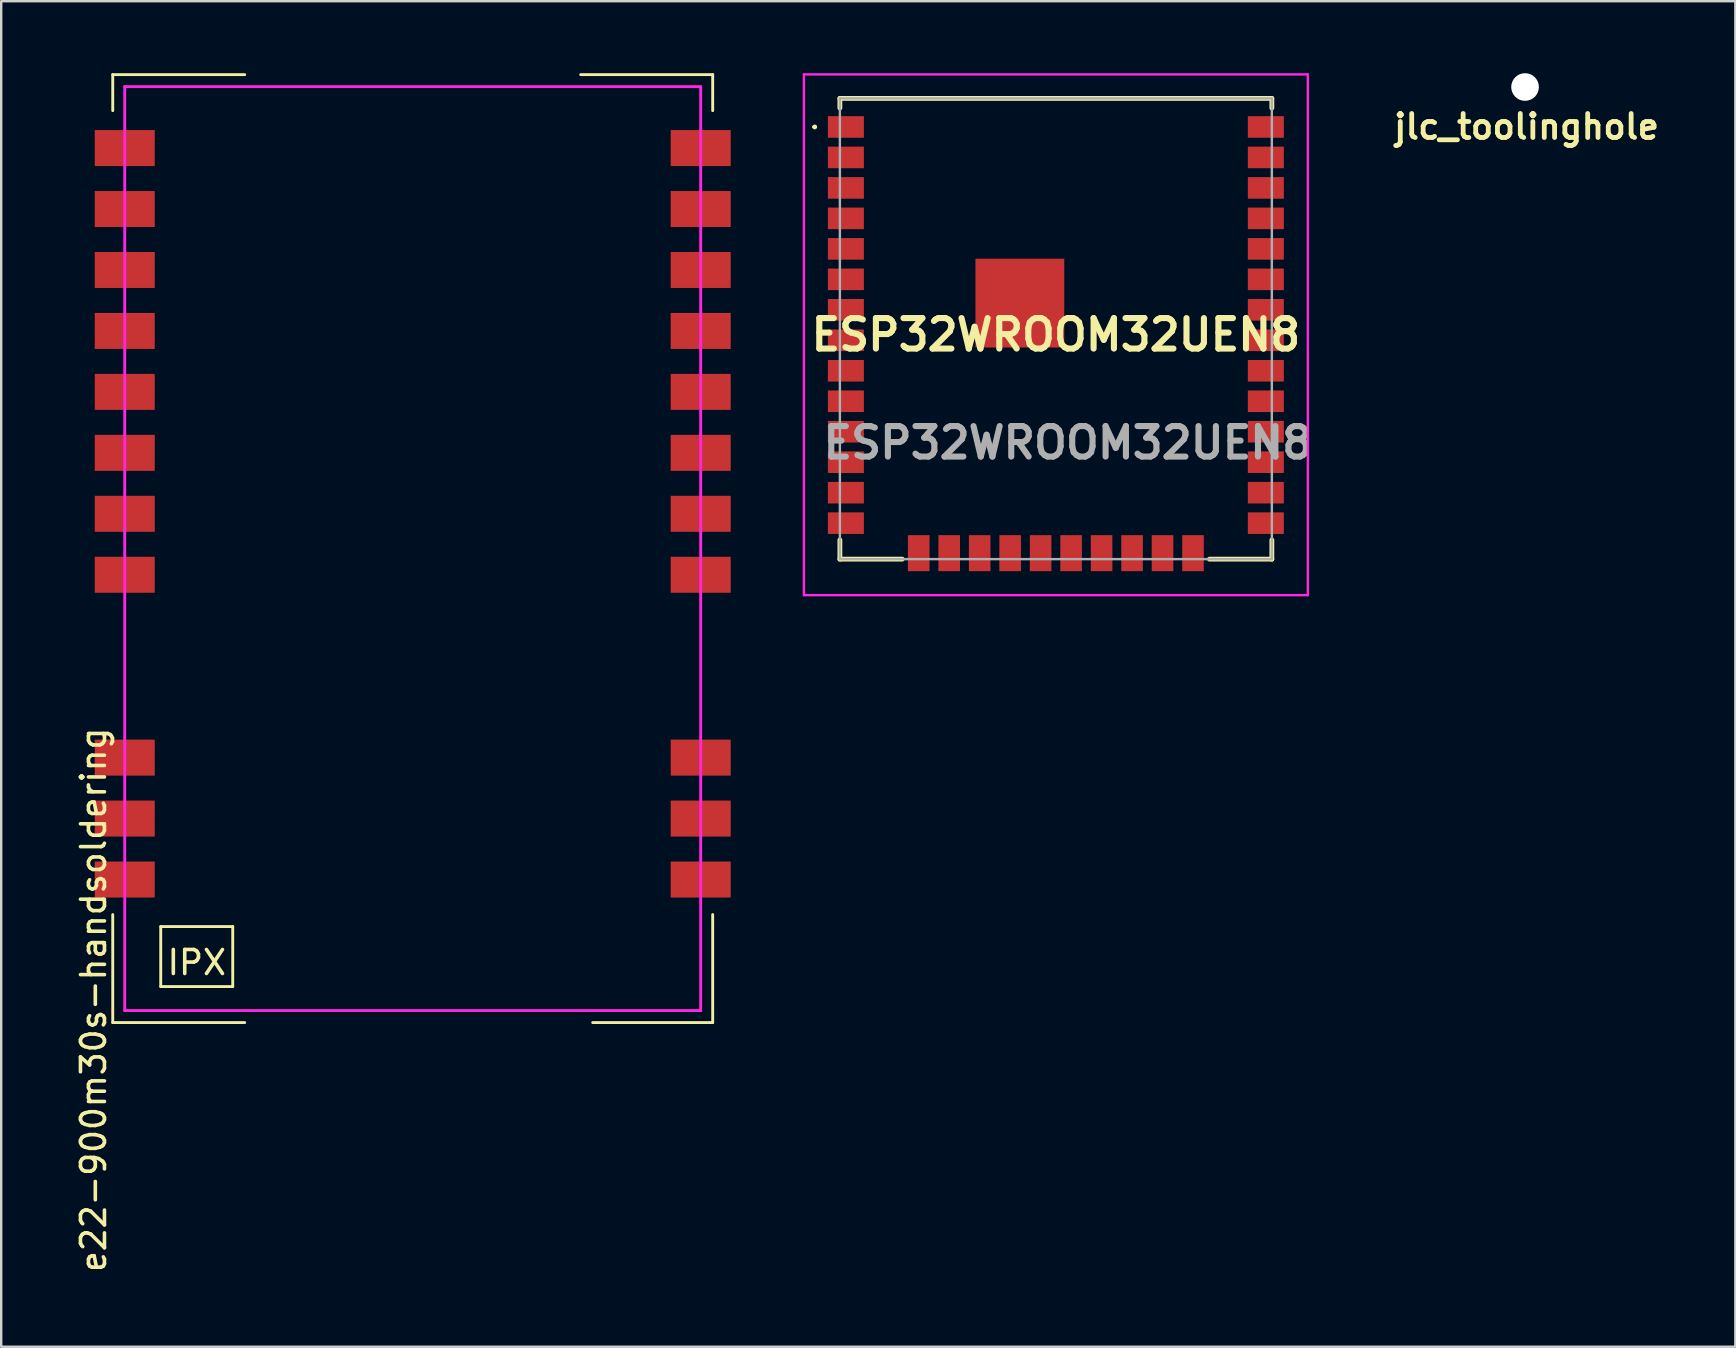
<source format=kicad_pcb>
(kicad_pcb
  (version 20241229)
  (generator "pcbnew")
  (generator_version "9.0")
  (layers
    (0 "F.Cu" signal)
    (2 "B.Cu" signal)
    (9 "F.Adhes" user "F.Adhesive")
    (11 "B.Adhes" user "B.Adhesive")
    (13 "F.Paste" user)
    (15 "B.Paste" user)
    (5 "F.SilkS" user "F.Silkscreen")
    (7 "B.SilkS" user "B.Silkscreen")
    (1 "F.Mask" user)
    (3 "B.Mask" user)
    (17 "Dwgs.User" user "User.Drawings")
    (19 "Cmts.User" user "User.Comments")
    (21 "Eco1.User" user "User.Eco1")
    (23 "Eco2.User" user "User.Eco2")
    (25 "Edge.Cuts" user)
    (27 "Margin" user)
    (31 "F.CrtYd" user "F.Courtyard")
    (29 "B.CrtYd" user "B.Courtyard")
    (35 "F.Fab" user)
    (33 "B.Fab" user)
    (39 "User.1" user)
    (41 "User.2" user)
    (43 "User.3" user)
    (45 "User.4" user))
  (footprint "e22-900m30s-handsoldering"
    (layer "F.Cu")
    (at 14.148 19.81)
    (property "Reference" "e22-900m30s-handsoldering" (at -13.3 18.8 270) (layer "F.SilkS") (effects (font (size 1 1) (thickness 0.15))))
    (attr smd)
    (fp_line (start -12.5 -19.75) (end -7 -19.75) (stroke (width 0.12) (type solid)) (layer "F.SilkS"))
    (fp_line (start -12.5 -18.25) (end -12.5 -19.75) (stroke (width 0.12) (type solid)) (layer "F.SilkS"))
    (fp_line (start -12.5 15.25) (end -12.5 19.75) (stroke (width 0.12) (type solid)) (layer "F.SilkS"))
    (fp_line (start -10.5 18.25) (end -10.5 15.75) (stroke (width 0.12) (type solid)) (layer "F.SilkS"))
    (fp_line (start -7.5 15.75) (end -10.5 15.75) (stroke (width 0.12) (type solid)) (layer "F.SilkS"))
    (fp_line (start -7.5 18.25) (end -10.5 18.25) (stroke (width 0.12) (type solid)) (layer "F.SilkS"))
    (fp_line (start -7.5 18.25) (end -7.5 15.75) (stroke (width 0.12) (type solid)) (layer "F.SilkS"))
    (fp_line (start -7 19.75) (end -12.5 19.75) (stroke (width 0.12) (type solid)) (layer "F.SilkS"))
    (fp_line (start 7.5 19.75) (end 12.5 19.75) (stroke (width 0.12) (type solid)) (layer "F.SilkS"))
    (fp_line (start 12.5 -19.75) (end 7 -19.75) (stroke (width 0.12) (type solid)) (layer "F.SilkS"))
    (fp_line (start 12.5 -18.25) (end 12.5 -19.75) (stroke (width 0.12) (type solid)) (layer "F.SilkS"))
    (fp_line (start 12.5 19.75) (end 12.5 15.25) (stroke (width 0.12) (type solid)) (layer "F.SilkS"))
    (fp_line (start -12 -19.25) (end -12 19.25) (stroke (width 0.12) (type solid)) (layer "F.CrtYd"))
    (fp_line (start -12 19.25) (end 12 19.25) (stroke (width 0.12) (type solid)) (layer "F.CrtYd"))
    (fp_line (start 12 -19.25) (end -12 -19.25) (stroke (width 0.12) (type solid)) (layer "F.CrtYd"))
    (fp_line (start 12 19.25) (end 12 -19.25) (stroke (width 0.12) (type solid)) (layer "F.CrtYd"))
    (fp_text user "IPX" (at -9 17.25 180) (layer "F.SilkS") (effects (font (size 1 1) (thickness 0.15))))
    (pad "1" smd rect (at 12 13.79 180) (size 2.5 1.5) (layers "F.Cu" "F.Mask" "F.Paste"))
    (pad "2" smd rect (at 12 11.25 180) (size 2.5 1.5) (layers "F.Cu" "F.Mask" "F.Paste"))
    (pad "3" smd rect (at 12 8.71 180) (size 2.5 1.5) (layers "F.Cu" "F.Mask" "F.Paste"))
    (pad "4" smd rect (at 12 1.09 180) (size 2.5 1.5) (layers "F.Cu" "F.Mask" "F.Paste"))
    (pad "5" smd rect (at 12 -1.45 180) (size 2.5 1.5) (layers "F.Cu" "F.Mask" "F.Paste"))
    (pad "6" smd rect (at 12 -3.99 180) (size 2.5 1.5) (layers "F.Cu" "F.Mask" "F.Paste"))
    (pad "7" smd rect (at 12 -6.53 180) (size 2.5 1.5) (layers "F.Cu" "F.Mask" "F.Paste"))
    (pad "8" smd rect (at 12 -9.07 180) (size 2.5 1.5) (layers "F.Cu" "F.Mask" "F.Paste"))
    (pad "9" smd rect (at 12 -11.61 180) (size 2.5 1.5) (layers "F.Cu" "F.Mask" "F.Paste"))
    (pad "10" smd rect (at 12 -14.15 180) (size 2.5 1.5) (layers "F.Cu" "F.Mask" "F.Paste"))
    (pad "11" smd rect (at 12 -16.69 180) (size 2.5 1.5) (layers "F.Cu" "F.Mask" "F.Paste"))
    (pad "12" smd rect (at -12 -16.69 180) (size 2.5 1.5) (layers "F.Cu" "F.Mask" "F.Paste"))
    (pad "13" smd rect (at -12 -14.15 180) (size 2.5 1.5) (layers "F.Cu" "F.Mask" "F.Paste"))
    (pad "14" smd rect (at -12 -11.61 180) (size 2.5 1.5) (layers "F.Cu" "F.Mask" "F.Paste"))
    (pad "15" smd rect (at -12 -9.07 180) (size 2.5 1.5) (layers "F.Cu" "F.Mask" "F.Paste"))
    (pad "16" smd rect (at -12 -6.53 180) (size 2.5 1.5) (layers "F.Cu" "F.Mask" "F.Paste"))
    (pad "17" smd rect (at -12 -3.99 180) (size 2.5 1.5) (layers "F.Cu" "F.Mask" "F.Paste"))
    (pad "18" smd rect (at -12 -1.45 180) (size 2.5 1.5) (layers "F.Cu" "F.Mask" "F.Paste"))
    (pad "19" smd rect (at -12 1.09 180) (size 2.5 1.5) (layers "F.Cu" "F.Mask" "F.Paste"))
    (pad "20" smd rect (at -12 8.71 180) (size 2.5 1.5) (layers "F.Cu" "F.Mask" "F.Paste"))
    (pad "21" smd rect (at -12 11.25 180) (size 2.5 1.5) (layers "F.Cu" "F.Mask" "F.Paste"))
    (pad "22" smd rect (at -12 13.79 180) (size 2.5 1.5) (layers "F.Cu" "F.Mask" "F.Paste")))
  (footprint "ESP32WROOM32UEN8"
    (layer "F.Cu")
    (at 40.948 10.9)
    (property "Reference" "ESP32WROOM32UEN8" (at 0 0 0) (layer "F.SilkS") (effects (font (size 1.27 1.27) (thickness 0.254))))
    (attr smd)
    (fp_line (start -10.1 -8.66) (end -10.1 -8.66) (stroke (width 0.1) (type solid)) (layer "F.SilkS"))
    (fp_line (start -10 -8.66) (end -10 -8.66) (stroke (width 0.1) (type solid)) (layer "F.SilkS"))
    (fp_line (start -9 -9.85) (end -9 -9.45) (stroke (width 0.2) (type solid)) (layer "F.SilkS"))
    (fp_line (start -9 8.55) (end -9 9.35) (stroke (width 0.2) (type solid)) (layer "F.SilkS"))
    (fp_line (start -9 9.35) (end -6.4 9.35) (stroke (width 0.2) (type solid)) (layer "F.SilkS"))
    (fp_line (start 9 -9.85) (end -9 -9.85) (stroke (width 0.2) (type solid)) (layer "F.SilkS"))
    (fp_line (start 9 -9.45) (end 9 -9.85) (stroke (width 0.2) (type solid)) (layer "F.SilkS"))
    (fp_line (start 9 8.55) (end 9 9.35) (stroke (width 0.2) (type solid)) (layer "F.SilkS"))
    (fp_line (start 9 9.35) (end 6.4 9.35) (stroke (width 0.2) (type solid)) (layer "F.SilkS"))
    (fp_arc (start -10.1 -8.66) (mid -10.05 -8.71) (end -10 -8.66) (stroke (width 0.1) (type solid)) (layer "F.SilkS"))
    (fp_arc (start -10 -8.66) (mid -10.05 -8.61) (end -10.1 -8.66) (stroke (width 0.1) (type solid)) (layer "F.SilkS"))
    (fp_line (start -10.5 -10.85) (end 10.5 -10.85) (stroke (width 0.1) (type solid)) (layer "F.CrtYd"))
    (fp_line (start -10.5 10.85) (end -10.5 -10.85) (stroke (width 0.1) (type solid)) (layer "F.CrtYd"))
    (fp_line (start 10.5 -10.85) (end 10.5 10.85) (stroke (width 0.1) (type solid)) (layer "F.CrtYd"))
    (fp_line (start 10.5 10.85) (end -10.5 10.85) (stroke (width 0.1) (type solid)) (layer "F.CrtYd"))
    (fp_line (start -9 -9.85) (end 9 -9.85) (stroke (width 0.1) (type solid)) (layer "F.Fab"))
    (fp_line (start -9 9.35) (end -9 -9.85) (stroke (width 0.1) (type solid)) (layer "F.Fab"))
    (fp_line (start 9 -9.85) (end 9 9.35) (stroke (width 0.1) (type solid)) (layer "F.Fab"))
    (fp_line (start 9 9.35) (end -9 9.35) (stroke (width 0.1) (type solid)) (layer "F.Fab"))
    (fp_text user "${REFERENCE}" (at 0.5 4.5 0) (layer "F.Fab") (effects (font (size 1.27 1.27) (thickness 0.254))))
    (pad "1" smd rect (at -8.75 -8.66 90) (size 0.9 1.5) (layers "F.Cu" "F.Mask" "F.Paste"))
    (pad "2" smd rect (at -8.75 -7.39 90) (size 0.9 1.5) (layers "F.Cu" "F.Mask" "F.Paste"))
    (pad "3" smd rect (at -8.75 -6.12 90) (size 0.9 1.5) (layers "F.Cu" "F.Mask" "F.Paste"))
    (pad "4" smd rect (at -8.75 -4.85 90) (size 0.9 1.5) (layers "F.Cu" "F.Mask" "F.Paste"))
    (pad "5" smd rect (at -8.75 -3.58 90) (size 0.9 1.5) (layers "F.Cu" "F.Mask" "F.Paste"))
    (pad "6" smd rect (at -8.75 -2.31 90) (size 0.9 1.5) (layers "F.Cu" "F.Mask" "F.Paste"))
    (pad "7" smd rect (at -8.75 -1.04 90) (size 0.9 1.5) (layers "F.Cu" "F.Mask" "F.Paste"))
    (pad "8" smd rect (at -8.75 0.23 90) (size 0.9 1.5) (layers "F.Cu" "F.Mask" "F.Paste"))
    (pad "9" smd rect (at -8.75 1.5 90) (size 0.9 1.5) (layers "F.Cu" "F.Mask" "F.Paste"))
    (pad "10" smd rect (at -8.75 2.77 90) (size 0.9 1.5) (layers "F.Cu" "F.Mask" "F.Paste"))
    (pad "11" smd rect (at -8.75 4.04 90) (size 0.9 1.5) (layers "F.Cu" "F.Mask" "F.Paste"))
    (pad "12" smd rect (at -8.75 5.31 90) (size 0.9 1.5) (layers "F.Cu" "F.Mask" "F.Paste"))
    (pad "13" smd rect (at -8.75 6.58 90) (size 0.9 1.5) (layers "F.Cu" "F.Mask" "F.Paste"))
    (pad "14" smd rect (at -8.75 7.85 90) (size 0.9 1.5) (layers "F.Cu" "F.Mask" "F.Paste"))
    (pad "15" smd rect (at -5.715 9.1) (size 0.9 1.5) (layers "F.Cu" "F.Mask" "F.Paste"))
    (pad "16" smd rect (at -4.445 9.1) (size 0.9 1.5) (layers "F.Cu" "F.Mask" "F.Paste"))
    (pad "17" smd rect (at -3.175 9.1) (size 0.9 1.5) (layers "F.Cu" "F.Mask" "F.Paste"))
    (pad "18" smd rect (at -1.905 9.1) (size 0.9 1.5) (layers "F.Cu" "F.Mask" "F.Paste"))
    (pad "19" smd rect (at -0.635 9.1) (size 0.9 1.5) (layers "F.Cu" "F.Mask" "F.Paste"))
    (pad "20" smd rect (at 0.635 9.1) (size 0.9 1.5) (layers "F.Cu" "F.Mask" "F.Paste"))
    (pad "21" smd rect (at 1.905 9.1) (size 0.9 1.5) (layers "F.Cu" "F.Mask" "F.Paste"))
    (pad "22" smd rect (at 3.175 9.1) (size 0.9 1.5) (layers "F.Cu" "F.Mask" "F.Paste"))
    (pad "23" smd rect (at 4.445 9.1) (size 0.9 1.5) (layers "F.Cu" "F.Mask" "F.Paste"))
    (pad "24" smd rect (at 5.715 9.1) (size 0.9 1.5) (layers "F.Cu" "F.Mask" "F.Paste"))
    (pad "25" smd rect (at 8.75 7.85 90) (size 0.9 1.5) (layers "F.Cu" "F.Mask" "F.Paste"))
    (pad "26" smd rect (at 8.75 6.58 90) (size 0.9 1.5) (layers "F.Cu" "F.Mask" "F.Paste"))
    (pad "27" smd rect (at 8.75 5.31 90) (size 0.9 1.5) (layers "F.Cu" "F.Mask" "F.Paste"))
    (pad "28" smd rect (at 8.75 4.04 90) (size 0.9 1.5) (layers "F.Cu" "F.Mask" "F.Paste"))
    (pad "29" smd rect (at 8.75 2.77 90) (size 0.9 1.5) (layers "F.Cu" "F.Mask" "F.Paste"))
    (pad "30" smd rect (at 8.75 1.5 90) (size 0.9 1.5) (layers "F.Cu" "F.Mask" "F.Paste"))
    (pad "31" smd rect (at 8.75 0.23 90) (size 0.9 1.5) (layers "F.Cu" "F.Mask" "F.Paste"))
    (pad "32" smd rect (at 8.75 -1.04 90) (size 0.9 1.5) (layers "F.Cu" "F.Mask" "F.Paste"))
    (pad "33" smd rect (at 8.75 -2.31 90) (size 0.9 1.5) (layers "F.Cu" "F.Mask" "F.Paste"))
    (pad "34" smd rect (at 8.75 -3.58 90) (size 0.9 1.5) (layers "F.Cu" "F.Mask" "F.Paste"))
    (pad "35" smd rect (at 8.75 -4.85 90) (size 0.9 1.5) (layers "F.Cu" "F.Mask" "F.Paste"))
    (pad "36" smd rect (at 8.75 -6.12 90) (size 0.9 1.5) (layers "F.Cu" "F.Mask" "F.Paste"))
    (pad "37" smd rect (at 8.75 -7.39 90) (size 0.9 1.5) (layers "F.Cu" "F.Mask" "F.Paste"))
    (pad "38" smd rect (at 8.75 -8.66 90) (size 0.9 1.5) (layers "F.Cu" "F.Mask" "F.Paste"))
    (pad "47" smd rect (at -1.5 -1.32) (size 3.7 3.7) (layers "F.Cu" "F.Mask" "F.Paste")))
  (footprint "jlc_toolinghole"
    (layer "F.Cu")
    (at 60.435 0.576)
    (property "Reference" "jlc_toolinghole" (at 0.127 1.651 0) (layer "F.SilkS") (effects (font (size 1 1) (thickness 0.2))))
    (attr through_hole)
    (pad "" np_thru_hole circle (at 0.064 0) (size 1.152 1.152) (drill 1.152) (layers "*.Cu" "*.Mask")))
  (gr_rect
    (start -3 -3)
    (end 69.262 53.068)
    (stroke (width 0.1) (type default))
    (fill no)
    (layer "Edge.Cuts")))
</source>
